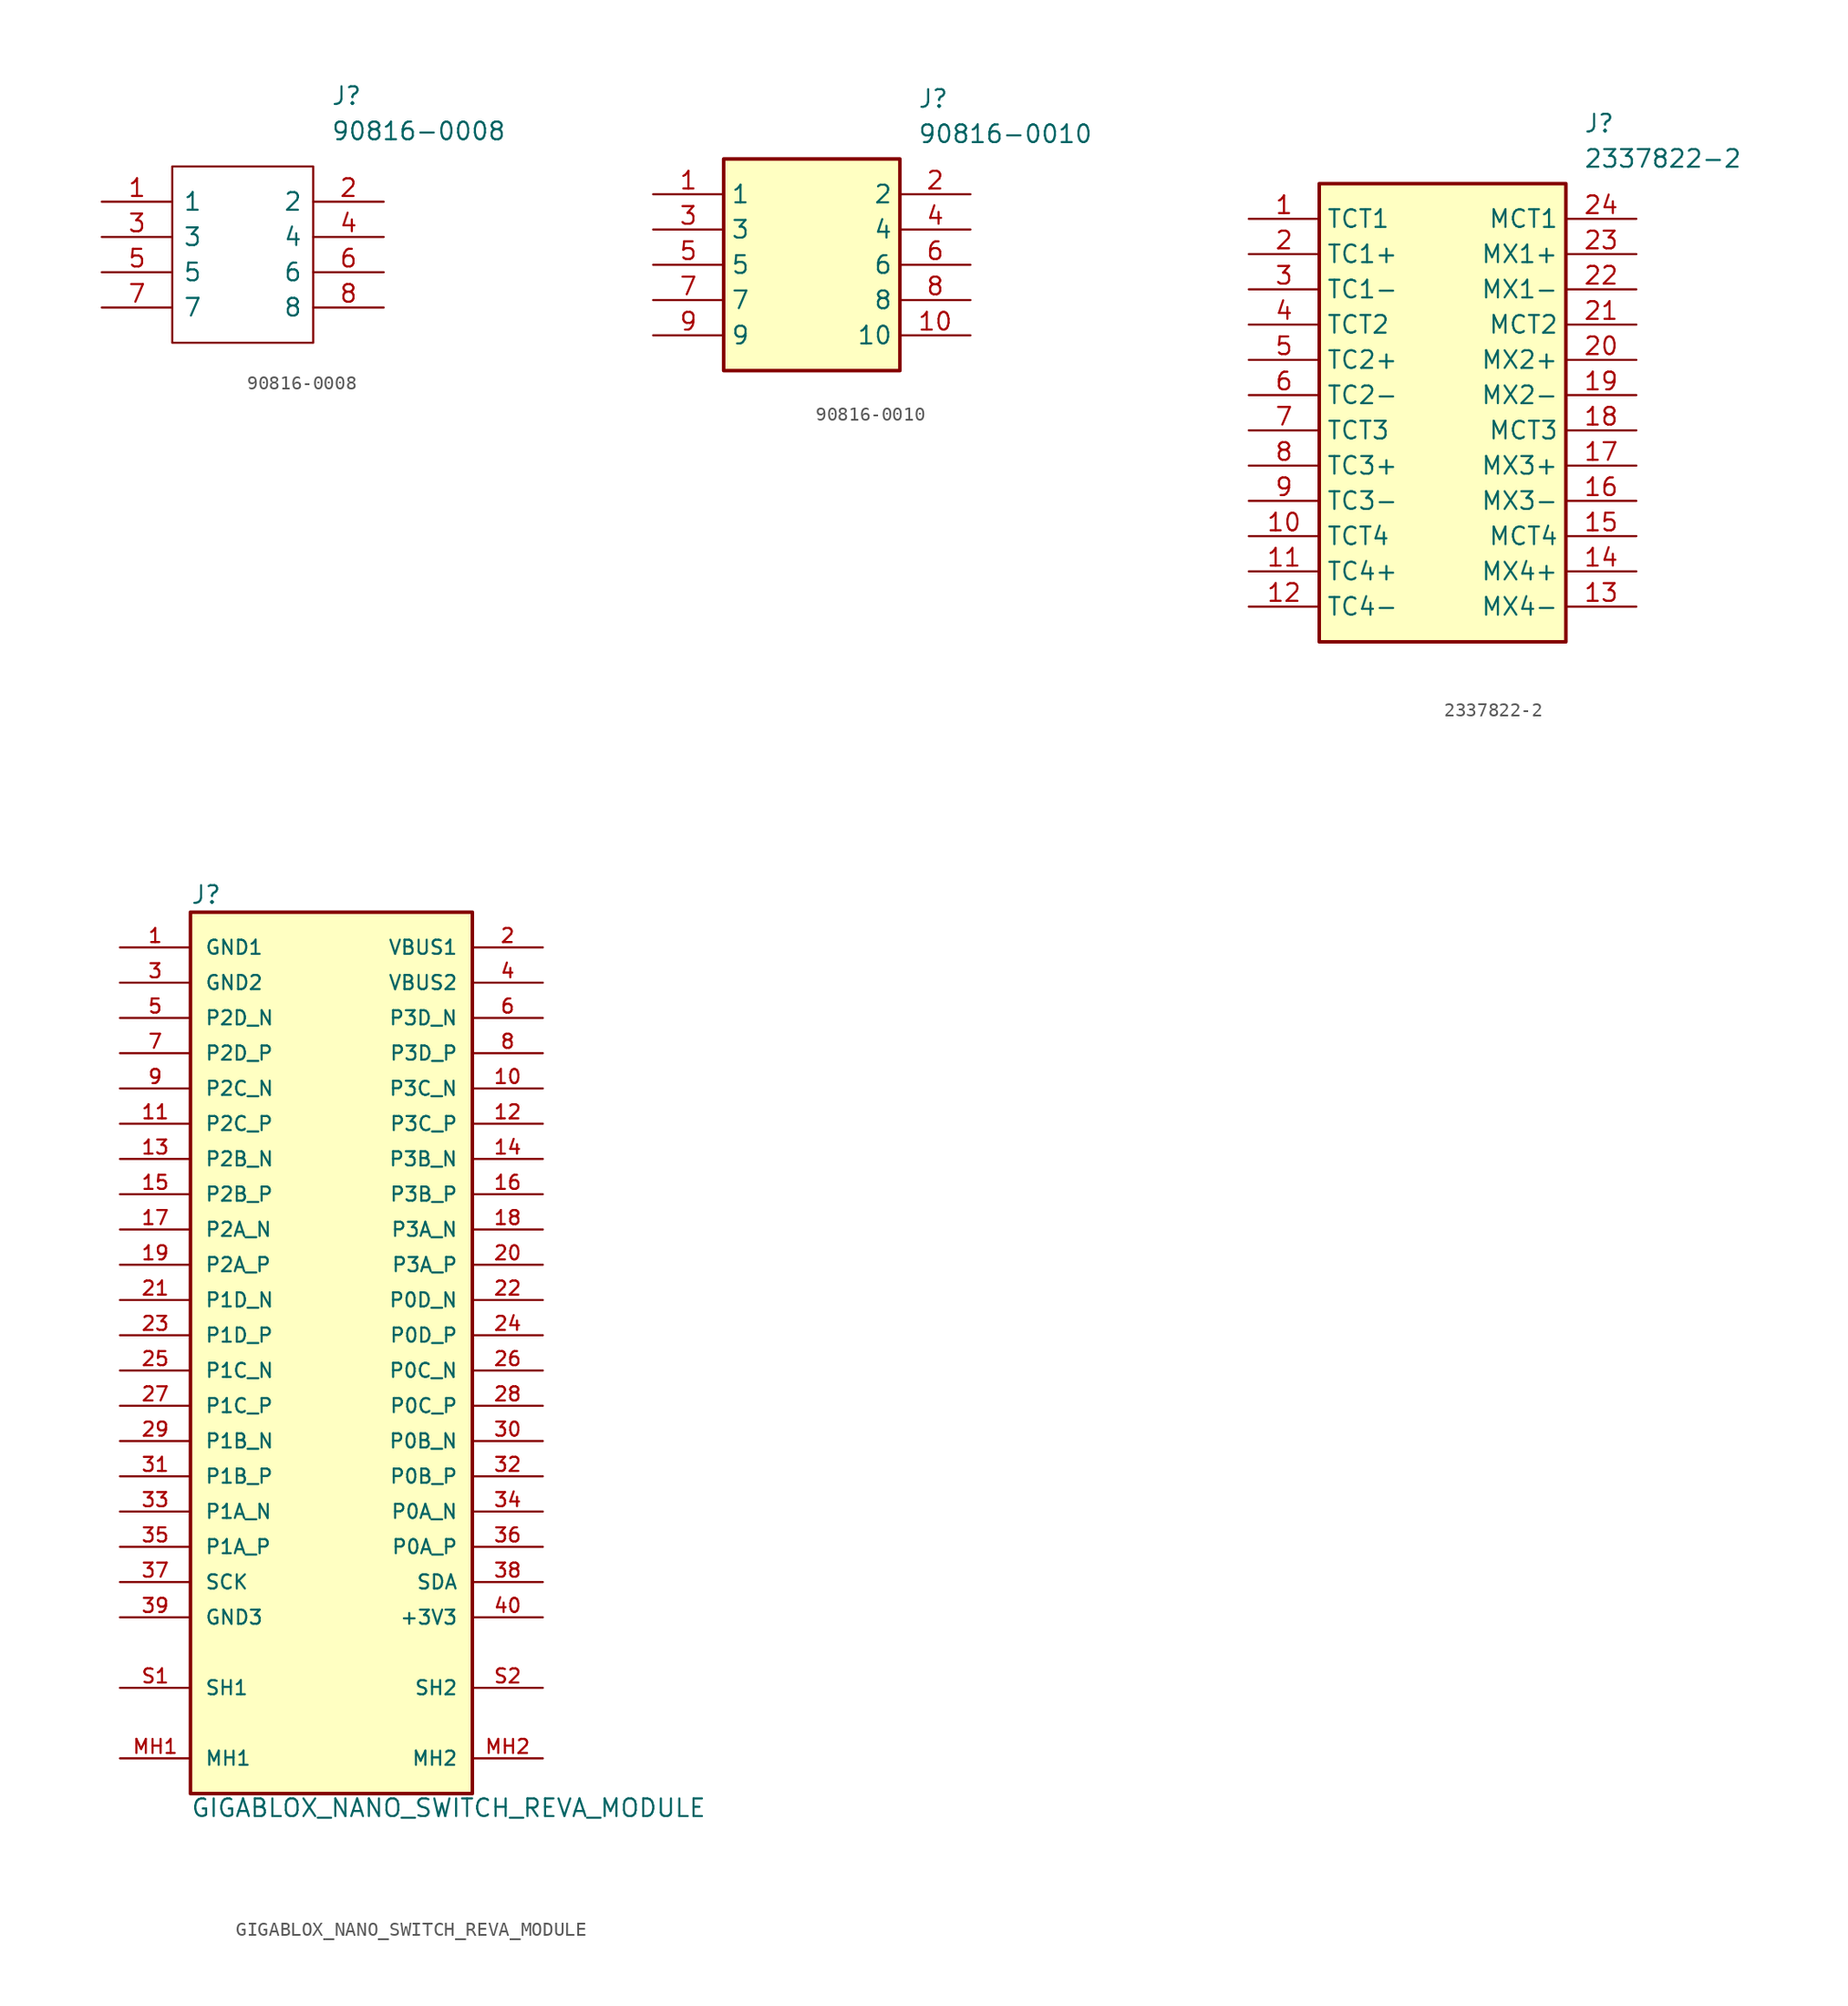
<source format=kicad_sym>
(kicad_symbol_lib
  (version 20220914)
  (generator kicad_symbol_editor)
  (symbol "90816-0008"
    (pin_names
      (offset 0.762))
    (property "Reference" "J"
      (at 16.51 7.62 0)
      (effects (font (size 1.27 1.27)) (justify left)))
    (property "Value" "90816-0008"
      (at 16.51 5.08 0)
      (effects (font (size 1.27 1.27)) (justify left)))
    (symbol "90816-0008_0_0"
      (pin passive line (at 0 0 0) (length 5.08) (name "1" (effects (font (size 1.27 1.27)))) (number "1" (effects (font (size 1.27 1.27)))))
      (pin passive line (at 20.32 0 180) (length 5.08) (name "2" (effects (font (size 1.27 1.27)))) (number "2" (effects (font (size 1.27 1.27)))))
      (pin passive line (at 0 -2.54 0) (length 5.08) (name "3" (effects (font (size 1.27 1.27)))) (number "3" (effects (font (size 1.27 1.27)))))
      (pin passive line (at 20.32 -2.54 180) (length 5.08) (name "4" (effects (font (size 1.27 1.27)))) (number "4" (effects (font (size 1.27 1.27)))))
      (pin passive line (at 0 -5.08 0) (length 5.08) (name "5" (effects (font (size 1.27 1.27)))) (number "5" (effects (font (size 1.27 1.27)))))
      (pin passive line (at 20.32 -5.08 180) (length 5.08) (name "6" (effects (font (size 1.27 1.27)))) (number "6" (effects (font (size 1.27 1.27)))))
      (pin passive line (at 0 -7.62 0) (length 5.08) (name "7" (effects (font (size 1.27 1.27)))) (number "7" (effects (font (size 1.27 1.27)))))
      (pin passive line (at 20.32 -7.62 180) (length 5.08) (name "8" (effects (font (size 1.27 1.27)))) (number "8" (effects (font (size 1.27 1.27))))))
    (symbol "90816-0008_0_1"
      (polyline (pts (xy 5.08 2.54) (xy 15.24 2.54) (xy 15.24 -10.16) (xy 5.08 -10.16) (xy 5.08 2.54)) (stroke (width 0.152) (type solid)) (fill (type none)))))
  (symbol "90816-0010"
    (property "Reference" "J"
      (at 19.05 7.62 0)
      (effects (font (size 1.27 1.27)) (justify left top)))
    (property "Value" "90816-0010"
      (at 19.05 5.08 0)
      (effects (font (size 1.27 1.27)) (justify left top)))
    (symbol "90816-0010_1_1"
      (rectangle (start 5.08 2.54) (end 17.78 -12.7) (stroke (width 0.254) (type default)) (fill (type background)))
      (pin passive line (at 0 0 0) (length 5.08) (name "1" (effects (font (size 1.27 1.27)))) (number "1" (effects (font (size 1.27 1.27)))))
      (pin passive line (at 22.86 -10.16 180) (length 5.08) (name "10" (effects (font (size 1.27 1.27)))) (number "10" (effects (font (size 1.27 1.27)))))
      (pin passive line (at 22.86 0 180) (length 5.08) (name "2" (effects (font (size 1.27 1.27)))) (number "2" (effects (font (size 1.27 1.27)))))
      (pin passive line (at 0 -2.54 0) (length 5.08) (name "3" (effects (font (size 1.27 1.27)))) (number "3" (effects (font (size 1.27 1.27)))))
      (pin passive line (at 22.86 -2.54 180) (length 5.08) (name "4" (effects (font (size 1.27 1.27)))) (number "4" (effects (font (size 1.27 1.27)))))
      (pin passive line (at 0 -5.08 0) (length 5.08) (name "5" (effects (font (size 1.27 1.27)))) (number "5" (effects (font (size 1.27 1.27)))))
      (pin passive line (at 22.86 -5.08 180) (length 5.08) (name "6" (effects (font (size 1.27 1.27)))) (number "6" (effects (font (size 1.27 1.27)))))
      (pin passive line (at 0 -7.62 0) (length 5.08) (name "7" (effects (font (size 1.27 1.27)))) (number "7" (effects (font (size 1.27 1.27)))))
      (pin passive line (at 22.86 -7.62 180) (length 5.08) (name "8" (effects (font (size 1.27 1.27)))) (number "8" (effects (font (size 1.27 1.27)))))
      (pin passive line (at 0 -10.16 0) (length 5.08) (name "9" (effects (font (size 1.27 1.27)))) (number "9" (effects (font (size 1.27 1.27)))))))
  (symbol "2337822-2"
    (property "Reference" "J"
      (at 24.13 7.62 0)
      (effects (font (size 1.27 1.27)) (justify left top)))
    (property "Value" "2337822-2"
      (at 24.13 5.08 0)
      (effects (font (size 1.27 1.27)) (justify left top)))
    (symbol "2337822-2_1_1"
      (rectangle (start 5.08 2.54) (end 22.86 -30.48) (stroke (width 0.254) (type default)) (fill (type background)))
      (pin passive line (at 0 0 0) (length 5.08) (name "TCT1" (effects (font (size 1.27 1.27)))) (number "1" (effects (font (size 1.27 1.27)))))
      (pin passive line (at 0 -22.86 0) (length 5.08) (name "TCT4" (effects (font (size 1.27 1.27)))) (number "10" (effects (font (size 1.27 1.27)))))
      (pin passive line (at 0 -25.4 0) (length 5.08) (name "TC4+" (effects (font (size 1.27 1.27)))) (number "11" (effects (font (size 1.27 1.27)))))
      (pin passive line (at 0 -27.94 0) (length 5.08) (name "TC4-" (effects (font (size 1.27 1.27)))) (number "12" (effects (font (size 1.27 1.27)))))
      (pin passive line (at 27.94 -27.94 180) (length 5.08) (name "MX4-" (effects (font (size 1.27 1.27)))) (number "13" (effects (font (size 1.27 1.27)))))
      (pin passive line (at 27.94 -25.4 180) (length 5.08) (name "MX4+" (effects (font (size 1.27 1.27)))) (number "14" (effects (font (size 1.27 1.27)))))
      (pin passive line (at 27.94 -22.86 180) (length 5.08) (name "MCT4" (effects (font (size 1.27 1.27)))) (number "15" (effects (font (size 1.27 1.27)))))
      (pin passive line (at 27.94 -20.32 180) (length 5.08) (name "MX3-" (effects (font (size 1.27 1.27)))) (number "16" (effects (font (size 1.27 1.27)))))
      (pin passive line (at 27.94 -17.78 180) (length 5.08) (name "MX3+" (effects (font (size 1.27 1.27)))) (number "17" (effects (font (size 1.27 1.27)))))
      (pin passive line (at 27.94 -15.24 180) (length 5.08) (name "MCT3" (effects (font (size 1.27 1.27)))) (number "18" (effects (font (size 1.27 1.27)))))
      (pin passive line (at 27.94 -12.7 180) (length 5.08) (name "MX2-" (effects (font (size 1.27 1.27)))) (number "19" (effects (font (size 1.27 1.27)))))
      (pin passive line (at 0 -2.54 0) (length 5.08) (name "TC1+" (effects (font (size 1.27 1.27)))) (number "2" (effects (font (size 1.27 1.27)))))
      (pin passive line (at 27.94 -10.16 180) (length 5.08) (name "MX2+" (effects (font (size 1.27 1.27)))) (number "20" (effects (font (size 1.27 1.27)))))
      (pin passive line (at 27.94 -7.62 180) (length 5.08) (name "MCT2" (effects (font (size 1.27 1.27)))) (number "21" (effects (font (size 1.27 1.27)))))
      (pin passive line (at 27.94 -5.08 180) (length 5.08) (name "MX1-" (effects (font (size 1.27 1.27)))) (number "22" (effects (font (size 1.27 1.27)))))
      (pin passive line (at 27.94 -2.54 180) (length 5.08) (name "MX1+" (effects (font (size 1.27 1.27)))) (number "23" (effects (font (size 1.27 1.27)))))
      (pin passive line (at 27.94 0 180) (length 5.08) (name "MCT1" (effects (font (size 1.27 1.27)))) (number "24" (effects (font (size 1.27 1.27)))))
      (pin passive line (at 0 -5.08 0) (length 5.08) (name "TC1-" (effects (font (size 1.27 1.27)))) (number "3" (effects (font (size 1.27 1.27)))))
      (pin passive line (at 0 -7.62 0) (length 5.08) (name "TCT2" (effects (font (size 1.27 1.27)))) (number "4" (effects (font (size 1.27 1.27)))))
      (pin passive line (at 0 -10.16 0) (length 5.08) (name "TC2+" (effects (font (size 1.27 1.27)))) (number "5" (effects (font (size 1.27 1.27)))))
      (pin passive line (at 0 -12.7 0) (length 5.08) (name "TC2-" (effects (font (size 1.27 1.27)))) (number "6" (effects (font (size 1.27 1.27)))))
      (pin passive line (at 0 -15.24 0) (length 5.08) (name "TCT3" (effects (font (size 1.27 1.27)))) (number "7" (effects (font (size 1.27 1.27)))))
      (pin passive line (at 0 -17.78 0) (length 5.08) (name "TC3+" (effects (font (size 1.27 1.27)))) (number "8" (effects (font (size 1.27 1.27)))))
      (pin passive line (at 0 -20.32 0) (length 5.08) (name "TC3-" (effects (font (size 1.27 1.27)))) (number "9" (effects (font (size 1.27 1.27)))))))
  (symbol "GIGABLOX_NANO_SWITCH_REVA_MODULE"
    (pin_names
      (offset 1.016))
    (property "Reference" "J"
      (at 0 64.008 0)
      (effects (font (size 1.27 1.27)) (justify left bottom)))
    (property "Value" "GIGABLOX_NANO_SWITCH_REVA_MODULE"
      (at 0 -1.778 0)
      (effects (font (size 1.27 1.27)) (justify left bottom)))
    (symbol "GIGABLOX_NANO_SWITCH_REVA_MODULE_0_0"
      (rectangle (start 0 0) (end 20.32 63.5) (stroke (width 0.254) (type default)) (fill (type background)))
      (pin power_in line (at -5.08 60.96 0) (length 5.08) (name "GND1" (effects (font (size 1.016 1.016)))) (number "1" (effects (font (size 1.016 1.016)))))
      (pin bidirectional line (at 25.4 50.8 180) (length 5.08) (name "P3C_N" (effects (font (size 1.016 1.016)))) (number "10" (effects (font (size 1.016 1.016)))))
      (pin bidirectional line (at -5.08 48.26 0) (length 5.08) (name "P2C_P" (effects (font (size 1.016 1.016)))) (number "11" (effects (font (size 1.016 1.016)))))
      (pin bidirectional line (at 25.4 48.26 180) (length 5.08) (name "P3C_P" (effects (font (size 1.016 1.016)))) (number "12" (effects (font (size 1.016 1.016)))))
      (pin bidirectional line (at -5.08 45.72 0) (length 5.08) (name "P2B_N" (effects (font (size 1.016 1.016)))) (number "13" (effects (font (size 1.016 1.016)))))
      (pin bidirectional line (at 25.4 45.72 180) (length 5.08) (name "P3B_N" (effects (font (size 1.016 1.016)))) (number "14" (effects (font (size 1.016 1.016)))))
      (pin bidirectional line (at -5.08 43.18 0) (length 5.08) (name "P2B_P" (effects (font (size 1.016 1.016)))) (number "15" (effects (font (size 1.016 1.016)))))
      (pin bidirectional line (at 25.4 43.18 180) (length 5.08) (name "P3B_P" (effects (font (size 1.016 1.016)))) (number "16" (effects (font (size 1.016 1.016)))))
      (pin bidirectional line (at -5.08 40.64 0) (length 5.08) (name "P2A_N" (effects (font (size 1.016 1.016)))) (number "17" (effects (font (size 1.016 1.016)))))
      (pin bidirectional line (at 25.4 40.64 180) (length 5.08) (name "P3A_N" (effects (font (size 1.016 1.016)))) (number "18" (effects (font (size 1.016 1.016)))))
      (pin bidirectional line (at -5.08 38.1 0) (length 5.08) (name "P2A_P" (effects (font (size 1.016 1.016)))) (number "19" (effects (font (size 1.016 1.016)))))
      (pin power_in line (at 25.4 60.96 180) (length 5.08) (name "VBUS1" (effects (font (size 1.016 1.016)))) (number "2" (effects (font (size 1.016 1.016)))))
      (pin bidirectional line (at 25.4 38.1 180) (length 5.08) (name "P3A_P" (effects (font (size 1.016 1.016)))) (number "20" (effects (font (size 1.016 1.016)))))
      (pin bidirectional line (at -5.08 35.56 0) (length 5.08) (name "P1D_N" (effects (font (size 1.016 1.016)))) (number "21" (effects (font (size 1.016 1.016)))))
      (pin bidirectional line (at 25.4 35.56 180) (length 5.08) (name "P0D_N" (effects (font (size 1.016 1.016)))) (number "22" (effects (font (size 1.016 1.016)))))
      (pin bidirectional line (at -5.08 33.02 0) (length 5.08) (name "P1D_P" (effects (font (size 1.016 1.016)))) (number "23" (effects (font (size 1.016 1.016)))))
      (pin bidirectional line (at 25.4 33.02 180) (length 5.08) (name "P0D_P" (effects (font (size 1.016 1.016)))) (number "24" (effects (font (size 1.016 1.016)))))
      (pin bidirectional line (at -5.08 30.48 0) (length 5.08) (name "P1C_N" (effects (font (size 1.016 1.016)))) (number "25" (effects (font (size 1.016 1.016)))))
      (pin bidirectional line (at 25.4 30.48 180) (length 5.08) (name "P0C_N" (effects (font (size 1.016 1.016)))) (number "26" (effects (font (size 1.016 1.016)))))
      (pin bidirectional line (at -5.08 27.94 0) (length 5.08) (name "P1C_P" (effects (font (size 1.016 1.016)))) (number "27" (effects (font (size 1.016 1.016)))))
      (pin bidirectional line (at 25.4 27.94 180) (length 5.08) (name "P0C_P" (effects (font (size 1.016 1.016)))) (number "28" (effects (font (size 1.016 1.016)))))
      (pin bidirectional line (at -5.08 25.4 0) (length 5.08) (name "P1B_N" (effects (font (size 1.016 1.016)))) (number "29" (effects (font (size 1.016 1.016)))))
      (pin power_in line (at -5.08 58.42 0) (length 5.08) (name "GND2" (effects (font (size 1.016 1.016)))) (number "3" (effects (font (size 1.016 1.016)))))
      (pin bidirectional line (at 25.4 25.4 180) (length 5.08) (name "P0B_N" (effects (font (size 1.016 1.016)))) (number "30" (effects (font (size 1.016 1.016)))))
      (pin bidirectional line (at -5.08 22.86 0) (length 5.08) (name "P1B_P" (effects (font (size 1.016 1.016)))) (number "31" (effects (font (size 1.016 1.016)))))
      (pin bidirectional line (at 25.4 22.86 180) (length 5.08) (name "P0B_P" (effects (font (size 1.016 1.016)))) (number "32" (effects (font (size 1.016 1.016)))))
      (pin bidirectional line (at -5.08 20.32 0) (length 5.08) (name "P1A_N" (effects (font (size 1.016 1.016)))) (number "33" (effects (font (size 1.016 1.016)))))
      (pin bidirectional line (at 25.4 20.32 180) (length 5.08) (name "P0A_N" (effects (font (size 1.016 1.016)))) (number "34" (effects (font (size 1.016 1.016)))))
      (pin bidirectional line (at -5.08 17.78 0) (length 5.08) (name "P1A_P" (effects (font (size 1.016 1.016)))) (number "35" (effects (font (size 1.016 1.016)))))
      (pin bidirectional line (at 25.4 17.78 180) (length 5.08) (name "P0A_P" (effects (font (size 1.016 1.016)))) (number "36" (effects (font (size 1.016 1.016)))))
      (pin bidirectional line (at -5.08 15.24 0) (length 5.08) (name "SCK" (effects (font (size 1.016 1.016)))) (number "37" (effects (font (size 1.016 1.016)))))
      (pin bidirectional line (at 25.4 15.24 180) (length 5.08) (name "SDA" (effects (font (size 1.016 1.016)))) (number "38" (effects (font (size 1.016 1.016)))))
      (pin bidirectional line (at -5.08 12.7 0) (length 5.08) (name "GND3" (effects (font (size 1.016 1.016)))) (number "39" (effects (font (size 1.016 1.016)))))
      (pin power_in line (at 25.4 58.42 180) (length 5.08) (name "VBUS2" (effects (font (size 1.016 1.016)))) (number "4" (effects (font (size 1.016 1.016)))))
      (pin power_in line (at 25.4 12.7 180) (length 5.08) (name "+3V3" (effects (font (size 1.016 1.016)))) (number "40" (effects (font (size 1.016 1.016)))))
      (pin bidirectional line (at -5.08 55.88 0) (length 5.08) (name "P2D_N" (effects (font (size 1.016 1.016)))) (number "5" (effects (font (size 1.016 1.016)))))
      (pin bidirectional line (at 25.4 55.88 180) (length 5.08) (name "P3D_N" (effects (font (size 1.016 1.016)))) (number "6" (effects (font (size 1.016 1.016)))))
      (pin bidirectional line (at -5.08 53.34 0) (length 5.08) (name "P2D_P" (effects (font (size 1.016 1.016)))) (number "7" (effects (font (size 1.016 1.016)))))
      (pin bidirectional line (at 25.4 53.34 180) (length 5.08) (name "P3D_P" (effects (font (size 1.016 1.016)))) (number "8" (effects (font (size 1.016 1.016)))))
      (pin bidirectional line (at -5.08 50.8 0) (length 5.08) (name "P2C_N" (effects (font (size 1.016 1.016)))) (number "9" (effects (font (size 1.016 1.016)))))
      (pin bidirectional line (at -5.08 2.54 0) (length 5.08) (name "MH1" (effects (font (size 1.016 1.016)))) (number "MH1" (effects (font (size 1.016 1.016)))))
      (pin bidirectional line (at 25.4 2.54 180) (length 5.08) (name "MH2" (effects (font (size 1.016 1.016)))) (number "MH2" (effects (font (size 1.016 1.016)))))
      (pin bidirectional line (at -5.08 7.62 0) (length 5.08) (name "SH1" (effects (font (size 1.016 1.016)))) (number "S1" (effects (font (size 1.016 1.016)))))
      (pin bidirectional line (at 25.4 7.62 180) (length 5.08) (name "SH2" (effects (font (size 1.016 1.016)))) (number "S2" (effects (font (size 1.016 1.016))))))))
</source>
